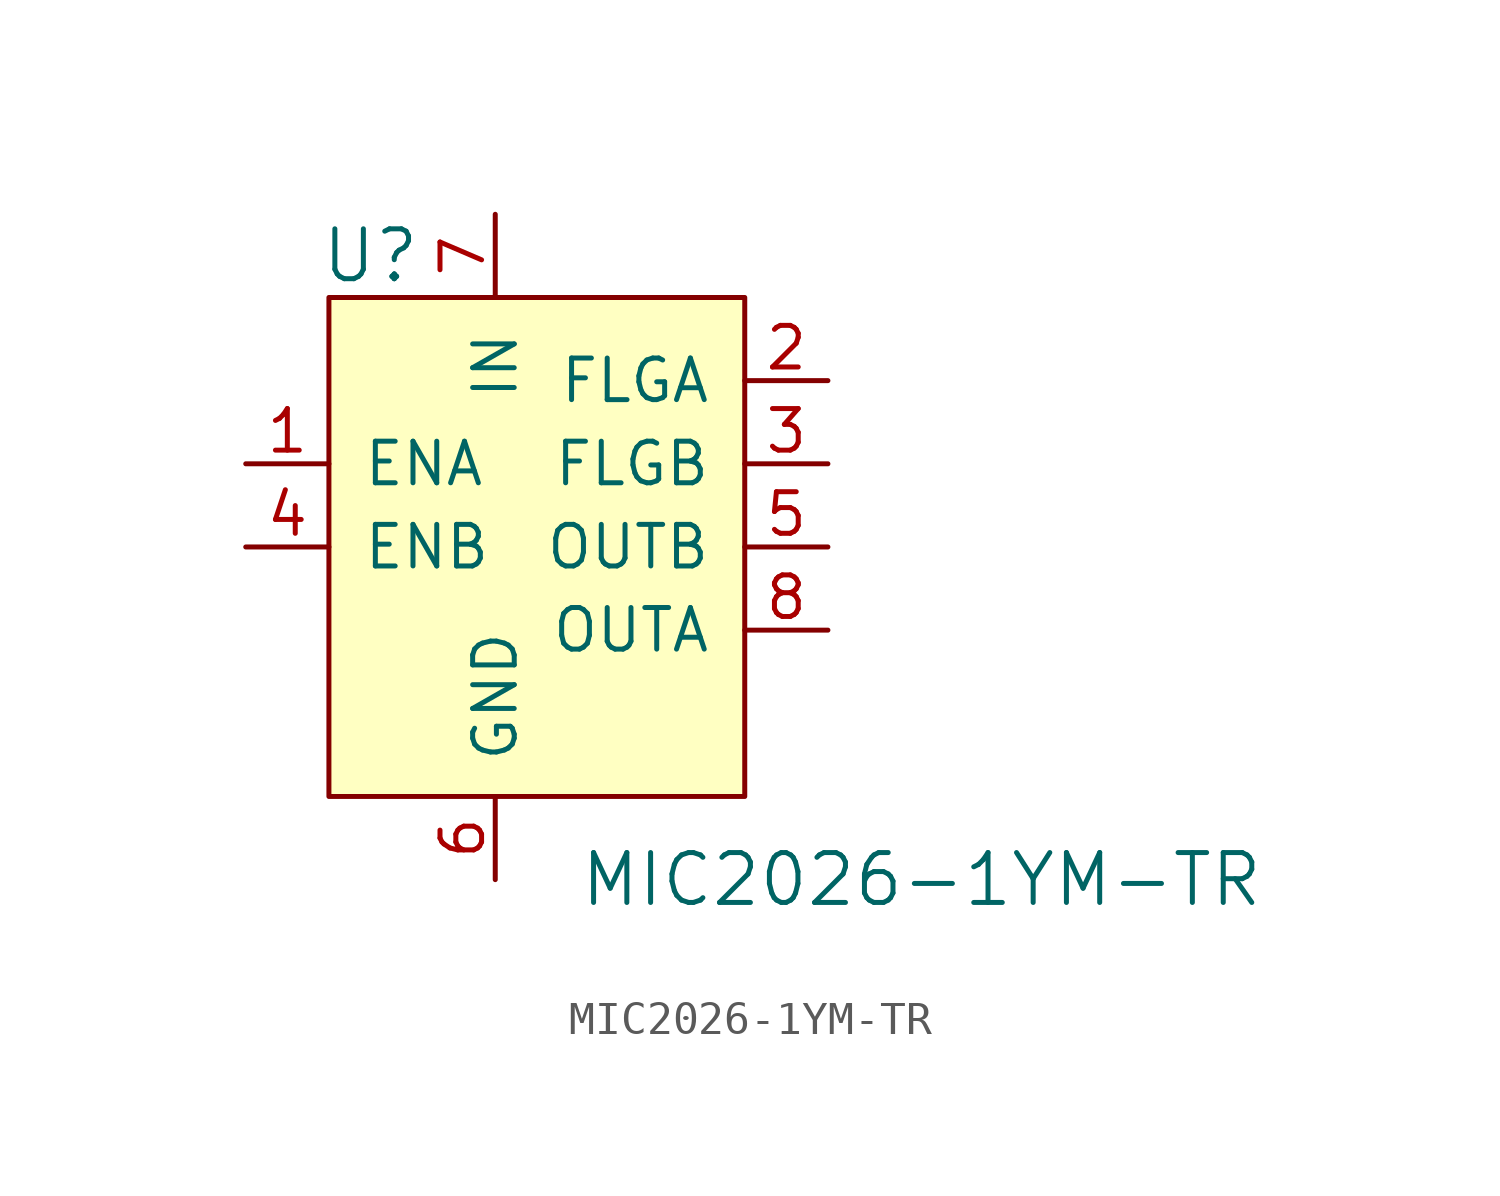
<source format=kicad_sym>
(kicad_symbol_lib
  (version 20231120)
  (generator "kicad_symbol_editor")
  (generator_version "8.0")
  (symbol "MIC2026-1YM-TR"
    (pin_names
      (offset 1.016))
    (property "Reference" "U"
      (at -6.35 1.27 0)
      (effects (font (size 1.524 1.524))))
    (property "Value" "MIC2026-1YM-TR"
      (at 0 -17.78 0)
      (effects (font (size 1.524 1.524)) (justify left)))
    (symbol "MIC2026-1YM-TR_0_1"
      (rectangle (start -7.62 0) (end 5.08 -15.24) (stroke (width 0) (type default)) (fill (type background))))
    (symbol "MIC2026-1YM-TR_1_1"
      (pin input line (at -10.16 -5.08 0) (length 2.54) (name "ENA" (effects (font (size 1.27 1.27)))) (number "1" (effects (font (size 1.27 1.27)))))
      (pin output line (at 7.62 -2.54 180) (length 2.54) (name "FLGA" (effects (font (size 1.27 1.27)))) (number "2" (effects (font (size 1.27 1.27)))))
      (pin output line (at 7.62 -5.08 180) (length 2.54) (name "FLGB" (effects (font (size 1.27 1.27)))) (number "3" (effects (font (size 1.27 1.27)))))
      (pin input line (at -10.16 -7.62 0) (length 2.54) (name "ENB" (effects (font (size 1.27 1.27)))) (number "4" (effects (font (size 1.27 1.27)))))
      (pin output line (at 7.62 -7.62 180) (length 2.54) (name "OUTB" (effects (font (size 1.27 1.27)))) (number "5" (effects (font (size 1.27 1.27)))))
      (pin power_in line (at -2.54 -17.78 90) (length 2.54) (name "GND" (effects (font (size 1.27 1.27)))) (number "6" (effects (font (size 1.27 1.27)))))
      (pin power_in line (at -2.54 2.54 270) (length 2.54) (name "IN" (effects (font (size 1.27 1.27)))) (number "7" (effects (font (size 1.27 1.27)))))
      (pin output line (at 7.62 -10.16 180) (length 2.54) (name "OUTA" (effects (font (size 1.27 1.27)))) (number "8" (effects (font (size 1.27 1.27))))))))
</source>
